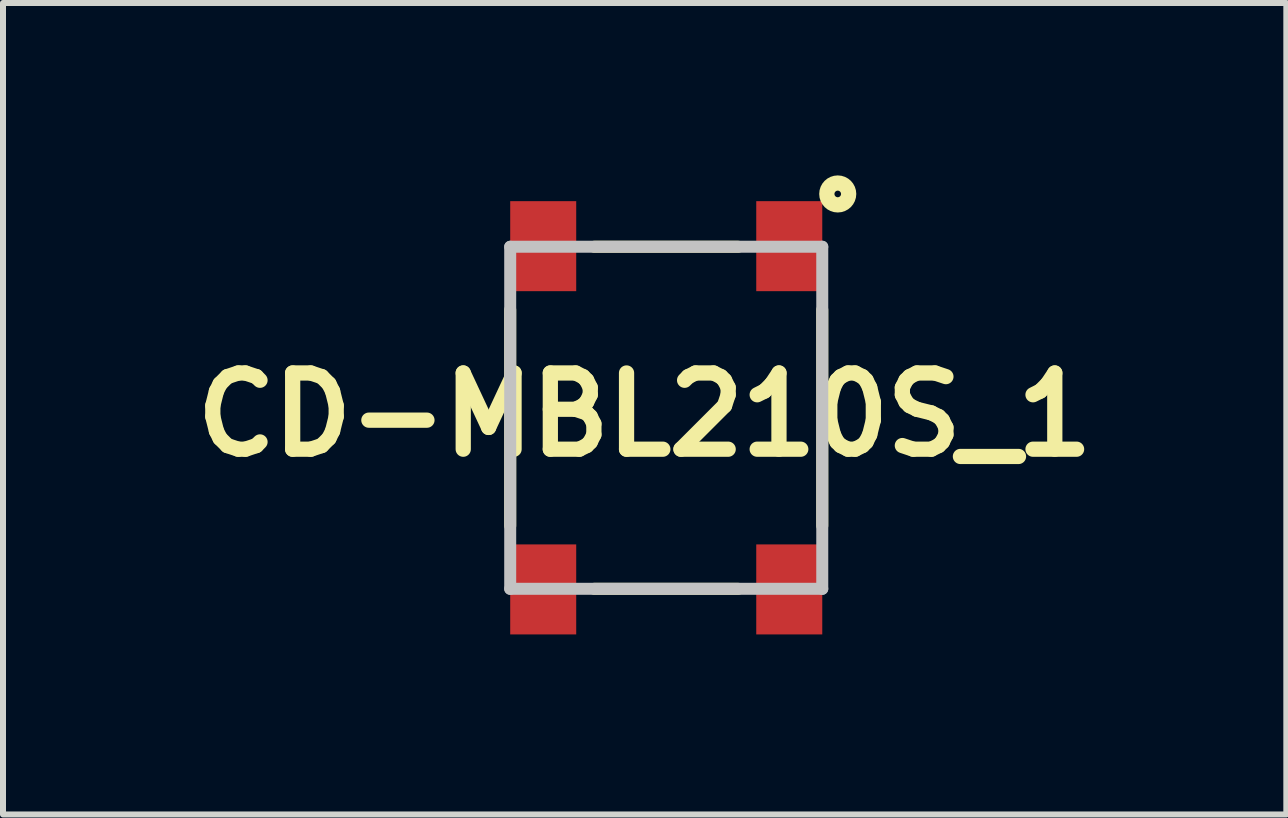
<source format=kicad_pcb>
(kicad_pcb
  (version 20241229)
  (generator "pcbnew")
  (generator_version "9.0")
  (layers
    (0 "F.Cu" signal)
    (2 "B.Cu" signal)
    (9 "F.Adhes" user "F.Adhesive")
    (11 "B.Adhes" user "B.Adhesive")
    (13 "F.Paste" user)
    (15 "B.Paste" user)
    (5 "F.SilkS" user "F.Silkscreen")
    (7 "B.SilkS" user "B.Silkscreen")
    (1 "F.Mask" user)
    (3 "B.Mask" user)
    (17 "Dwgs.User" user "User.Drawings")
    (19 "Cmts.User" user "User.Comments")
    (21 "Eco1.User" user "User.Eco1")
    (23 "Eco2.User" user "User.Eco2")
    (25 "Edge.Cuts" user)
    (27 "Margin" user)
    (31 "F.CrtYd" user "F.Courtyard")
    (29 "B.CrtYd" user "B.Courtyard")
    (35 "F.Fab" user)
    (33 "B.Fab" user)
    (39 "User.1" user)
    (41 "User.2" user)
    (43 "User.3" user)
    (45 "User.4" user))
  (footprint "CD-MBL210S_1"
    (layer "F.Cu")
    (at 8.052 3.912)
    (property "Reference" "CD-MBL210S_1" (at -0.359 -0.051 0) (layer "F.SilkS") (effects (font (size 1.27 1.27) (thickness 0.254))))
    (attr smd)
    (fp_line (start -2.6 -1.8) (end -2.6 1.8) (stroke (width 0.2) (type solid)) (layer "F.SilkS"))
    (fp_line (start -1.2 -2.85) (end 1.2 -2.85) (stroke (width 0.2) (type solid)) (layer "F.SilkS"))
    (fp_line (start -1.2 2.85) (end 1.2 2.85) (stroke (width 0.2) (type solid)) (layer "F.SilkS"))
    (fp_line (start 2.6 -1.8) (end 2.6 1.8) (stroke (width 0.2) (type solid)) (layer "F.SilkS"))
    (fp_circle (center 2.858 -3.73) (end 2.803 -3.73) (stroke (width 0.254) (type solid)) (fill no) (layer "F.SilkS"))
    (fp_line (start -2.6 -2.85) (end 2.6 -2.85) (stroke (width 0.2) (type solid)) (layer "Dwgs.User"))
    (fp_line (start -2.6 2.85) (end -2.6 -2.85) (stroke (width 0.2) (type solid)) (layer "Dwgs.User"))
    (fp_line (start 2.6 -2.85) (end 2.6 2.85) (stroke (width 0.2) (type solid)) (layer "Dwgs.User"))
    (fp_line (start 2.6 2.85) (end -2.6 2.85) (stroke (width 0.2) (type solid)) (layer "Dwgs.User"))
    (pad "1" smd rect (at 2.05 -2.86) (size 1.1 1.5) (layers "F.Cu" "F.Mask" "F.Paste"))
    (pad "2" smd rect (at 2.05 2.86) (size 1.1 1.5) (layers "F.Cu" "F.Mask" "F.Paste"))
    (pad "3" smd rect (at -2.05 2.86) (size 1.1 1.5) (layers "F.Cu" "F.Mask" "F.Paste"))
    (pad "4" smd rect (at -2.05 -2.86) (size 1.1 1.5) (layers "F.Cu" "F.Mask" "F.Paste")))
  (gr_rect
    (start -3 -3)
    (end 18.385 10.522)
    (stroke (width 0.1) (type default))
    (fill no)
    (layer "Edge.Cuts")))
</source>
